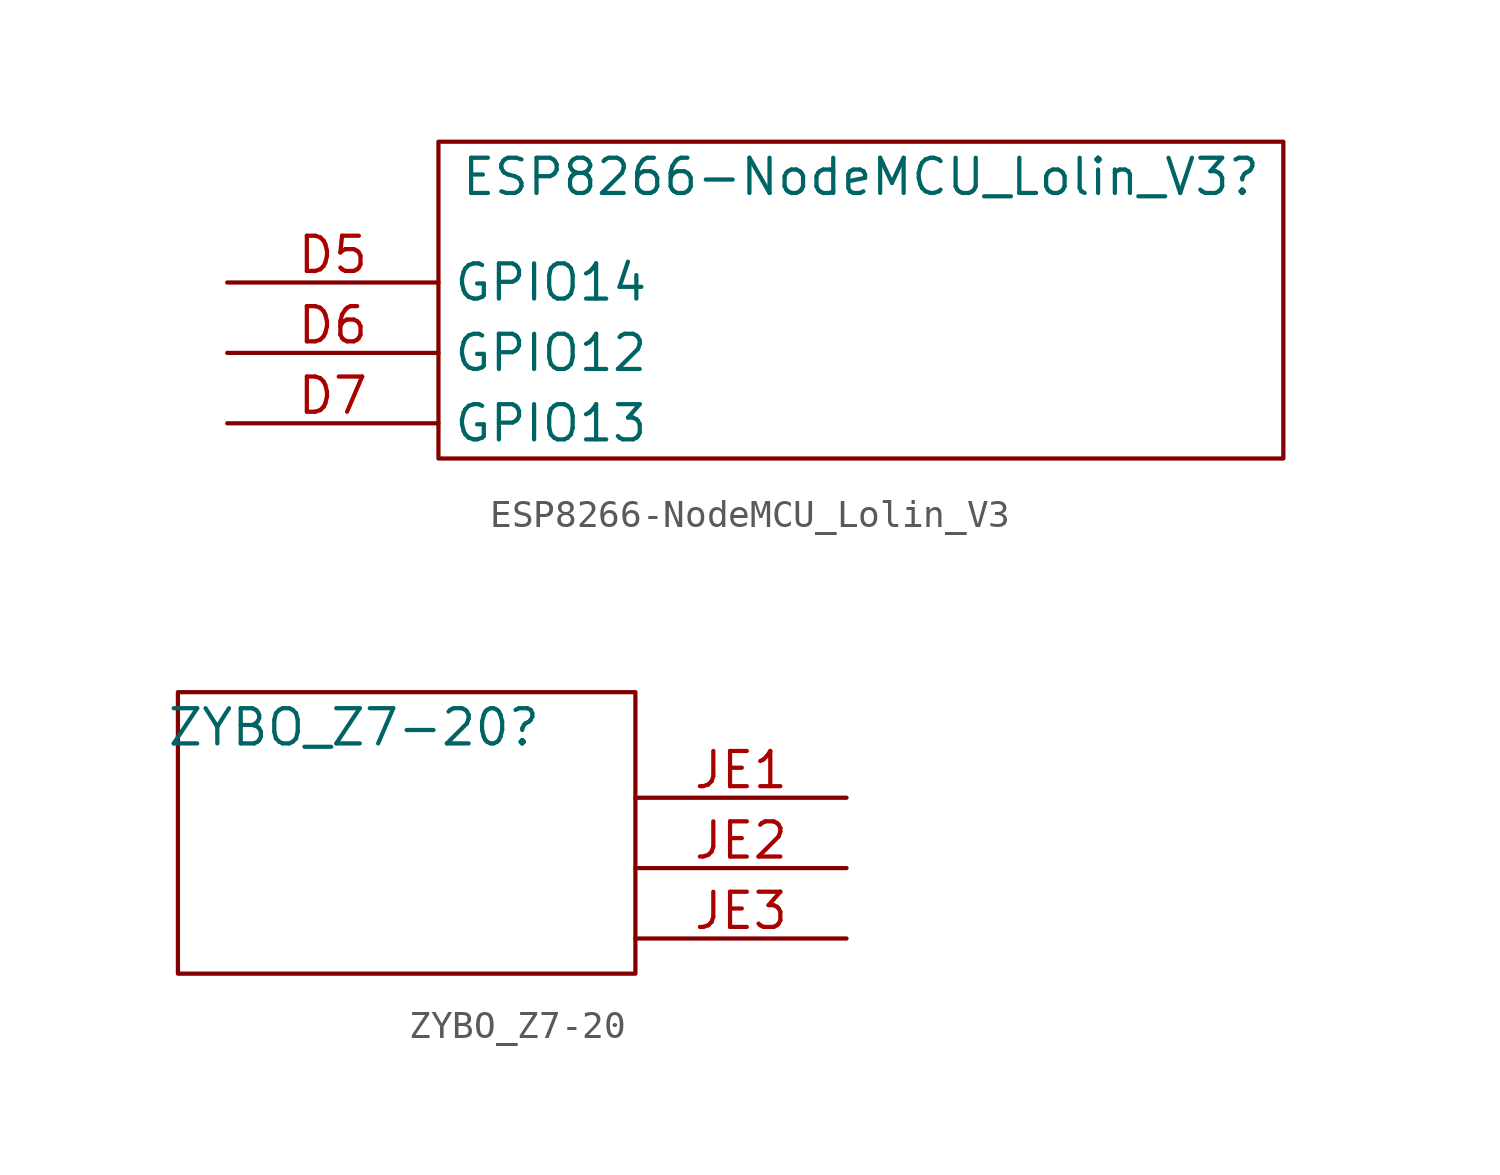
<source format=kicad_sym>
(kicad_symbol_lib
  (version 20220914)
  (generator kicad_symbol_editor)
  (symbol "ESP8266-NodeMCU_Lolin_V3"
    (property "Reference" "ESP8266-NodeMCU_Lolin_V3"
      (at 0 1.27 0)
      (effects (font (size 1.27 1.27))))
    (property "Value" ""
      (at 0 0 0)
      (effects (font (size 1.27 1.27))))
    (symbol "ESP8266-NodeMCU_Lolin_V3_0_1"
      (rectangle (start -15.24 2.54) (end 15.24 -8.89) (stroke (width 0) (type default)) (fill (type none))))
    (symbol "ESP8266-NodeMCU_Lolin_V3_1_1"
      (pin input line (at -22.86 -2.54 0) (length 7.62) (name "GPIO14" (effects (font (size 1.27 1.27)))) (number "D5" (effects (font (size 1.27 1.27)))))
      (pin input line (at -22.86 -5.08 0) (length 7.62) (name "GPIO12" (effects (font (size 1.27 1.27)))) (number "D6" (effects (font (size 1.27 1.27)))))
      (pin input line (at -22.86 -7.62 0) (length 7.62) (name "GPIO13" (effects (font (size 1.27 1.27)))) (number "D7" (effects (font (size 1.27 1.27)))))))
  (symbol "ZYBO_Z7-20"
    (property "Reference" "ZYBO_Z7-20"
      (at 0 0 0)
      (effects (font (size 1.27 1.27))))
    (property "Value" ""
      (at 0 0 0)
      (effects (font (size 1.27 1.27))))
    (symbol "ZYBO_Z7-20_0_1"
      (rectangle (start -6.35 1.27) (end 10.16 -8.89) (stroke (width 0) (type default)) (fill (type none))))
    (symbol "ZYBO_Z7-20_1_1"
      (pin input line (at 17.78 -2.54 180) (length 7.62) (name "" (effects (font (size 1.27 1.27)))) (number "JE1" (effects (font (size 1.27 1.27)))))
      (pin input line (at 17.78 -5.08 180) (length 7.62) (name "" (effects (font (size 1.27 1.27)))) (number "JE2" (effects (font (size 1.27 1.27)))))
      (pin input line (at 17.78 -7.62 180) (length 7.62) (name "" (effects (font (size 1.27 1.27)))) (number "JE3" (effects (font (size 1.27 1.27))))))))
</source>
